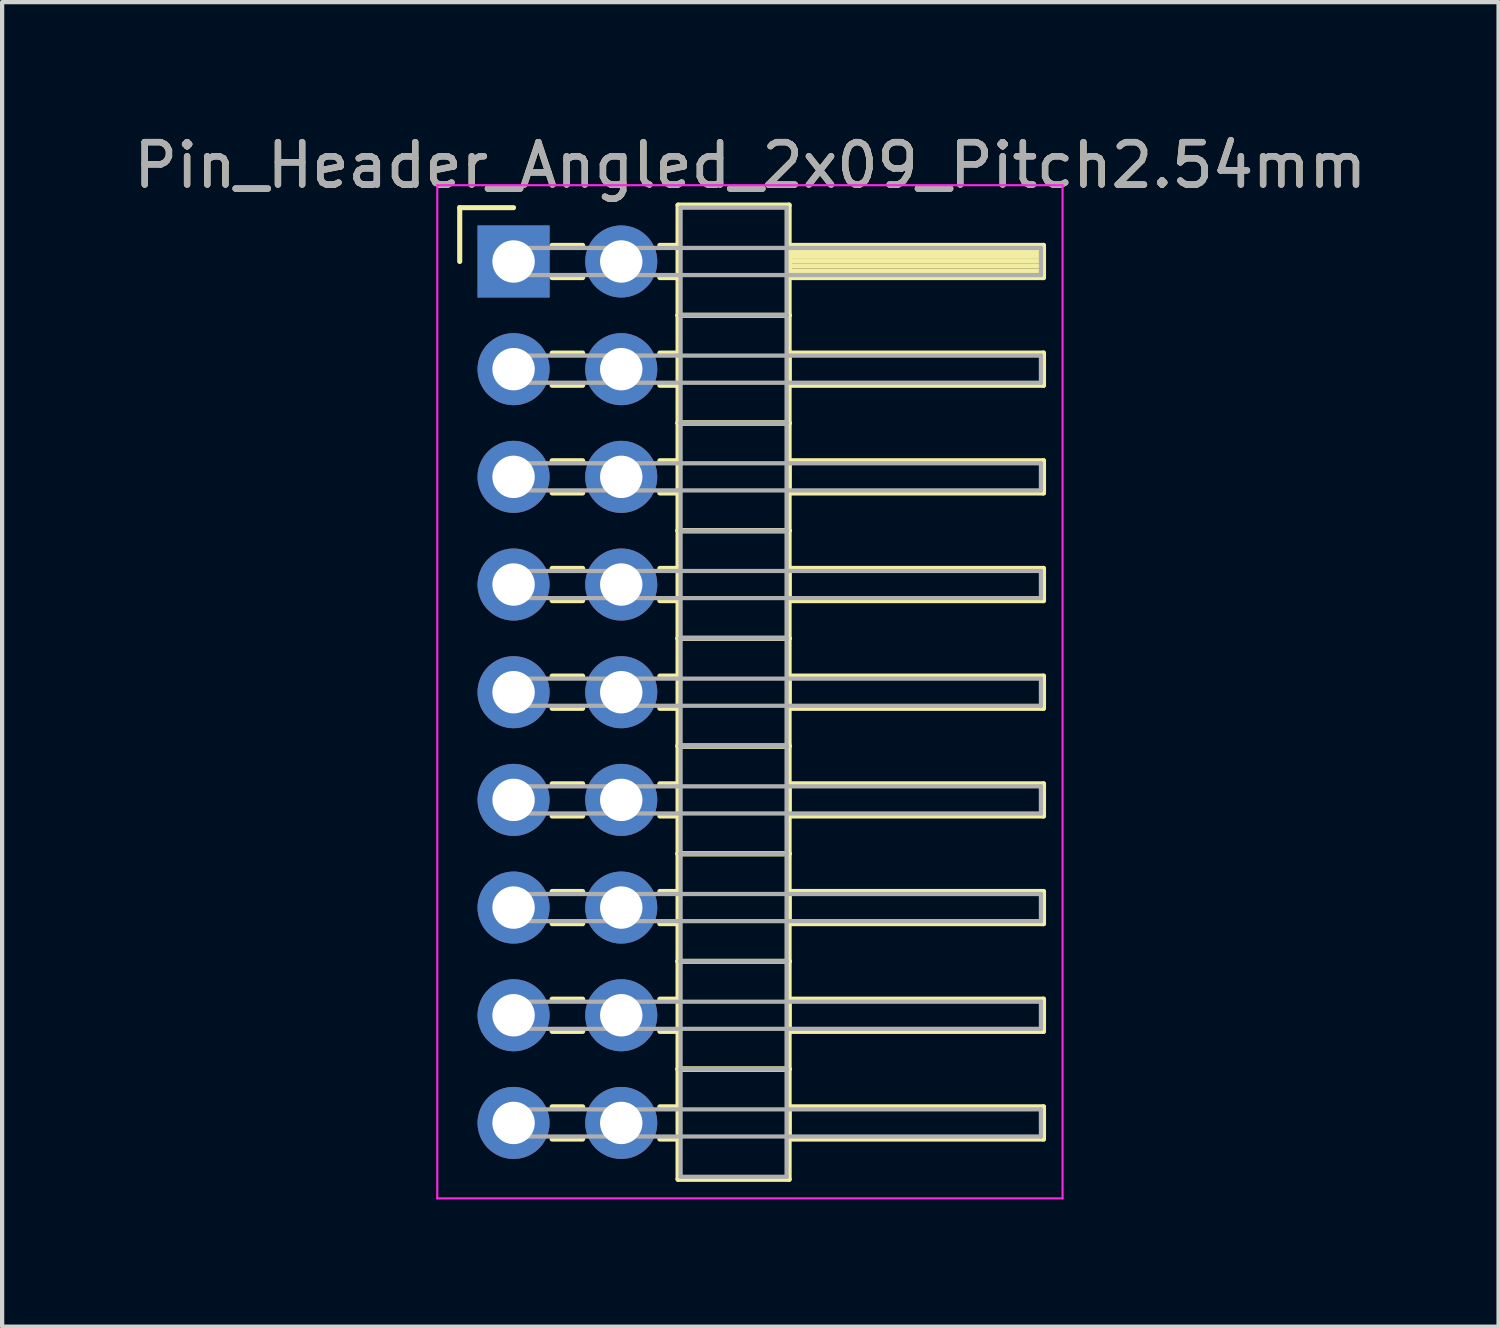
<source format=kicad_pcb>
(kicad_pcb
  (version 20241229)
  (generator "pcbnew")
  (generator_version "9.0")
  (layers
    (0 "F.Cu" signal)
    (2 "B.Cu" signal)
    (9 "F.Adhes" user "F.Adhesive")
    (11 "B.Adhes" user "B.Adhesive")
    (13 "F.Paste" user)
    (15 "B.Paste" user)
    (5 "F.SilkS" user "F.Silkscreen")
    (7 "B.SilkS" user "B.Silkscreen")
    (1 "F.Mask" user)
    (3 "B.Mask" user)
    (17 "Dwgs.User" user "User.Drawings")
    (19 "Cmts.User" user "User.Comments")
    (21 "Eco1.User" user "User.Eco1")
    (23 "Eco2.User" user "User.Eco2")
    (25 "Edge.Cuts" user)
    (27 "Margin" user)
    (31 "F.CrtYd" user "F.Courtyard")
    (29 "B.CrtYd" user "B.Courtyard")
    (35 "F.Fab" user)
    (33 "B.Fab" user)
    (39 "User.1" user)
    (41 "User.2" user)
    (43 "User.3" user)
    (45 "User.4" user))
  (footprint "Pin_Header_Angled_2x09_Pitch2.54mm"
    (layer "F.Cu")
    (at 9.064 3.118)
    (property "Reference" "Pin_Header_Angled_2x09_Pitch2.54mm" (at 5.585 -2.27 0) (layer "F.SilkS") (effects (font (size 1 1) (thickness 0.15))))
    (attr through_hole)
    (fp_line (start -1.27 -1.27) (end 0 -1.27) (stroke (width 0.12) (type solid)) (layer "F.SilkS"))
    (fp_line (start -1.27 0) (end -1.27 -1.27) (stroke (width 0.12) (type solid)) (layer "F.SilkS"))
    (fp_line (start 0.91 -0.38) (end 1.63 -0.38) (stroke (width 0.12) (type solid)) (layer "F.SilkS"))
    (fp_line (start 0.91 0.38) (end 1.63 0.38) (stroke (width 0.12) (type solid)) (layer "F.SilkS"))
    (fp_line (start 0.91 2.16) (end 1.63 2.16) (stroke (width 0.12) (type solid)) (layer "F.SilkS"))
    (fp_line (start 0.91 2.92) (end 1.63 2.92) (stroke (width 0.12) (type solid)) (layer "F.SilkS"))
    (fp_line (start 0.91 4.7) (end 1.63 4.7) (stroke (width 0.12) (type solid)) (layer "F.SilkS"))
    (fp_line (start 0.91 5.46) (end 1.63 5.46) (stroke (width 0.12) (type solid)) (layer "F.SilkS"))
    (fp_line (start 0.91 7.24) (end 1.63 7.24) (stroke (width 0.12) (type solid)) (layer "F.SilkS"))
    (fp_line (start 0.91 8) (end 1.63 8) (stroke (width 0.12) (type solid)) (layer "F.SilkS"))
    (fp_line (start 0.91 9.78) (end 1.63 9.78) (stroke (width 0.12) (type solid)) (layer "F.SilkS"))
    (fp_line (start 0.91 10.54) (end 1.63 10.54) (stroke (width 0.12) (type solid)) (layer "F.SilkS"))
    (fp_line (start 0.91 12.32) (end 1.63 12.32) (stroke (width 0.12) (type solid)) (layer "F.SilkS"))
    (fp_line (start 0.91 13.08) (end 1.63 13.08) (stroke (width 0.12) (type solid)) (layer "F.SilkS"))
    (fp_line (start 0.91 14.86) (end 1.63 14.86) (stroke (width 0.12) (type solid)) (layer "F.SilkS"))
    (fp_line (start 0.91 15.62) (end 1.63 15.62) (stroke (width 0.12) (type solid)) (layer "F.SilkS"))
    (fp_line (start 0.91 17.4) (end 1.63 17.4) (stroke (width 0.12) (type solid)) (layer "F.SilkS"))
    (fp_line (start 0.91 18.16) (end 1.63 18.16) (stroke (width 0.12) (type solid)) (layer "F.SilkS"))
    (fp_line (start 0.91 19.94) (end 1.63 19.94) (stroke (width 0.12) (type solid)) (layer "F.SilkS"))
    (fp_line (start 0.91 20.7) (end 1.63 20.7) (stroke (width 0.12) (type solid)) (layer "F.SilkS"))
    (fp_line (start 3.45 -0.38) (end 3.88 -0.38) (stroke (width 0.12) (type solid)) (layer "F.SilkS"))
    (fp_line (start 3.45 0.38) (end 3.88 0.38) (stroke (width 0.12) (type solid)) (layer "F.SilkS"))
    (fp_line (start 3.45 2.16) (end 3.88 2.16) (stroke (width 0.12) (type solid)) (layer "F.SilkS"))
    (fp_line (start 3.45 2.92) (end 3.88 2.92) (stroke (width 0.12) (type solid)) (layer "F.SilkS"))
    (fp_line (start 3.45 4.7) (end 3.88 4.7) (stroke (width 0.12) (type solid)) (layer "F.SilkS"))
    (fp_line (start 3.45 5.46) (end 3.88 5.46) (stroke (width 0.12) (type solid)) (layer "F.SilkS"))
    (fp_line (start 3.45 7.24) (end 3.88 7.24) (stroke (width 0.12) (type solid)) (layer "F.SilkS"))
    (fp_line (start 3.45 8) (end 3.88 8) (stroke (width 0.12) (type solid)) (layer "F.SilkS"))
    (fp_line (start 3.45 9.78) (end 3.88 9.78) (stroke (width 0.12) (type solid)) (layer "F.SilkS"))
    (fp_line (start 3.45 10.54) (end 3.88 10.54) (stroke (width 0.12) (type solid)) (layer "F.SilkS"))
    (fp_line (start 3.45 12.32) (end 3.88 12.32) (stroke (width 0.12) (type solid)) (layer "F.SilkS"))
    (fp_line (start 3.45 13.08) (end 3.88 13.08) (stroke (width 0.12) (type solid)) (layer "F.SilkS"))
    (fp_line (start 3.45 14.86) (end 3.88 14.86) (stroke (width 0.12) (type solid)) (layer "F.SilkS"))
    (fp_line (start 3.45 15.62) (end 3.88 15.62) (stroke (width 0.12) (type solid)) (layer "F.SilkS"))
    (fp_line (start 3.45 17.4) (end 3.88 17.4) (stroke (width 0.12) (type solid)) (layer "F.SilkS"))
    (fp_line (start 3.45 18.16) (end 3.88 18.16) (stroke (width 0.12) (type solid)) (layer "F.SilkS"))
    (fp_line (start 3.45 19.94) (end 3.88 19.94) (stroke (width 0.12) (type solid)) (layer "F.SilkS"))
    (fp_line (start 3.45 20.7) (end 3.88 20.7) (stroke (width 0.12) (type solid)) (layer "F.SilkS"))
    (fp_line (start 3.88 -1.33) (end 3.88 1.27) (stroke (width 0.12) (type solid)) (layer "F.SilkS"))
    (fp_line (start 3.88 1.27) (end 3.88 3.81) (stroke (width 0.12) (type solid)) (layer "F.SilkS"))
    (fp_line (start 3.88 1.27) (end 6.5 1.27) (stroke (width 0.12) (type solid)) (layer "F.SilkS"))
    (fp_line (start 3.88 3.81) (end 3.88 6.35) (stroke (width 0.12) (type solid)) (layer "F.SilkS"))
    (fp_line (start 3.88 3.81) (end 6.5 3.81) (stroke (width 0.12) (type solid)) (layer "F.SilkS"))
    (fp_line (start 3.88 6.35) (end 3.88 8.89) (stroke (width 0.12) (type solid)) (layer "F.SilkS"))
    (fp_line (start 3.88 6.35) (end 6.5 6.35) (stroke (width 0.12) (type solid)) (layer "F.SilkS"))
    (fp_line (start 3.88 8.89) (end 3.88 11.43) (stroke (width 0.12) (type solid)) (layer "F.SilkS"))
    (fp_line (start 3.88 8.89) (end 6.5 8.89) (stroke (width 0.12) (type solid)) (layer "F.SilkS"))
    (fp_line (start 3.88 11.43) (end 3.88 13.97) (stroke (width 0.12) (type solid)) (layer "F.SilkS"))
    (fp_line (start 3.88 11.43) (end 6.5 11.43) (stroke (width 0.12) (type solid)) (layer "F.SilkS"))
    (fp_line (start 3.88 13.97) (end 3.88 16.51) (stroke (width 0.12) (type solid)) (layer "F.SilkS"))
    (fp_line (start 3.88 13.97) (end 6.5 13.97) (stroke (width 0.12) (type solid)) (layer "F.SilkS"))
    (fp_line (start 3.88 16.51) (end 3.88 19.05) (stroke (width 0.12) (type solid)) (layer "F.SilkS"))
    (fp_line (start 3.88 16.51) (end 6.5 16.51) (stroke (width 0.12) (type solid)) (layer "F.SilkS"))
    (fp_line (start 3.88 19.05) (end 3.88 21.65) (stroke (width 0.12) (type solid)) (layer "F.SilkS"))
    (fp_line (start 3.88 19.05) (end 6.5 19.05) (stroke (width 0.12) (type solid)) (layer "F.SilkS"))
    (fp_line (start 3.88 21.65) (end 6.5 21.65) (stroke (width 0.12) (type solid)) (layer "F.SilkS"))
    (fp_line (start 6.5 -1.33) (end 3.88 -1.33) (stroke (width 0.12) (type solid)) (layer "F.SilkS"))
    (fp_line (start 6.5 -0.38) (end 6.5 0.38) (stroke (width 0.12) (type solid)) (layer "F.SilkS"))
    (fp_line (start 6.5 -0.26) (end 12.5 -0.26) (stroke (width 0.12) (type solid)) (layer "F.SilkS"))
    (fp_line (start 6.5 -0.14) (end 12.5 -0.14) (stroke (width 0.12) (type solid)) (layer "F.SilkS"))
    (fp_line (start 6.5 -0.02) (end 12.5 -0.02) (stroke (width 0.12) (type solid)) (layer "F.SilkS"))
    (fp_line (start 6.5 0.1) (end 12.5 0.1) (stroke (width 0.12) (type solid)) (layer "F.SilkS"))
    (fp_line (start 6.5 0.22) (end 12.5 0.22) (stroke (width 0.12) (type solid)) (layer "F.SilkS"))
    (fp_line (start 6.5 0.34) (end 12.5 0.34) (stroke (width 0.12) (type solid)) (layer "F.SilkS"))
    (fp_line (start 6.5 0.38) (end 12.5 0.38) (stroke (width 0.12) (type solid)) (layer "F.SilkS"))
    (fp_line (start 6.5 1.27) (end 3.88 1.27) (stroke (width 0.12) (type solid)) (layer "F.SilkS"))
    (fp_line (start 6.5 1.27) (end 6.5 -1.33) (stroke (width 0.12) (type solid)) (layer "F.SilkS"))
    (fp_line (start 6.5 2.16) (end 6.5 2.92) (stroke (width 0.12) (type solid)) (layer "F.SilkS"))
    (fp_line (start 6.5 2.92) (end 12.5 2.92) (stroke (width 0.12) (type solid)) (layer "F.SilkS"))
    (fp_line (start 6.5 3.81) (end 3.88 3.81) (stroke (width 0.12) (type solid)) (layer "F.SilkS"))
    (fp_line (start 6.5 3.81) (end 6.5 1.27) (stroke (width 0.12) (type solid)) (layer "F.SilkS"))
    (fp_line (start 6.5 4.7) (end 6.5 5.46) (stroke (width 0.12) (type solid)) (layer "F.SilkS"))
    (fp_line (start 6.5 5.46) (end 12.5 5.46) (stroke (width 0.12) (type solid)) (layer "F.SilkS"))
    (fp_line (start 6.5 6.35) (end 3.88 6.35) (stroke (width 0.12) (type solid)) (layer "F.SilkS"))
    (fp_line (start 6.5 6.35) (end 6.5 3.81) (stroke (width 0.12) (type solid)) (layer "F.SilkS"))
    (fp_line (start 6.5 7.24) (end 6.5 8) (stroke (width 0.12) (type solid)) (layer "F.SilkS"))
    (fp_line (start 6.5 8) (end 12.5 8) (stroke (width 0.12) (type solid)) (layer "F.SilkS"))
    (fp_line (start 6.5 8.89) (end 3.88 8.89) (stroke (width 0.12) (type solid)) (layer "F.SilkS"))
    (fp_line (start 6.5 8.89) (end 6.5 6.35) (stroke (width 0.12) (type solid)) (layer "F.SilkS"))
    (fp_line (start 6.5 9.78) (end 6.5 10.54) (stroke (width 0.12) (type solid)) (layer "F.SilkS"))
    (fp_line (start 6.5 10.54) (end 12.5 10.54) (stroke (width 0.12) (type solid)) (layer "F.SilkS"))
    (fp_line (start 6.5 11.43) (end 3.88 11.43) (stroke (width 0.12) (type solid)) (layer "F.SilkS"))
    (fp_line (start 6.5 11.43) (end 6.5 8.89) (stroke (width 0.12) (type solid)) (layer "F.SilkS"))
    (fp_line (start 6.5 12.32) (end 6.5 13.08) (stroke (width 0.12) (type solid)) (layer "F.SilkS"))
    (fp_line (start 6.5 13.08) (end 12.5 13.08) (stroke (width 0.12) (type solid)) (layer "F.SilkS"))
    (fp_line (start 6.5 13.97) (end 3.88 13.97) (stroke (width 0.12) (type solid)) (layer "F.SilkS"))
    (fp_line (start 6.5 13.97) (end 6.5 11.43) (stroke (width 0.12) (type solid)) (layer "F.SilkS"))
    (fp_line (start 6.5 14.86) (end 6.5 15.62) (stroke (width 0.12) (type solid)) (layer "F.SilkS"))
    (fp_line (start 6.5 15.62) (end 12.5 15.62) (stroke (width 0.12) (type solid)) (layer "F.SilkS"))
    (fp_line (start 6.5 16.51) (end 3.88 16.51) (stroke (width 0.12) (type solid)) (layer "F.SilkS"))
    (fp_line (start 6.5 16.51) (end 6.5 13.97) (stroke (width 0.12) (type solid)) (layer "F.SilkS"))
    (fp_line (start 6.5 17.4) (end 6.5 18.16) (stroke (width 0.12) (type solid)) (layer "F.SilkS"))
    (fp_line (start 6.5 18.16) (end 12.5 18.16) (stroke (width 0.12) (type solid)) (layer "F.SilkS"))
    (fp_line (start 6.5 19.05) (end 3.88 19.05) (stroke (width 0.12) (type solid)) (layer "F.SilkS"))
    (fp_line (start 6.5 19.05) (end 6.5 16.51) (stroke (width 0.12) (type solid)) (layer "F.SilkS"))
    (fp_line (start 6.5 19.94) (end 6.5 20.7) (stroke (width 0.12) (type solid)) (layer "F.SilkS"))
    (fp_line (start 6.5 20.7) (end 12.5 20.7) (stroke (width 0.12) (type solid)) (layer "F.SilkS"))
    (fp_line (start 6.5 21.65) (end 6.5 19.05) (stroke (width 0.12) (type solid)) (layer "F.SilkS"))
    (fp_line (start 12.5 -0.38) (end 6.5 -0.38) (stroke (width 0.12) (type solid)) (layer "F.SilkS"))
    (fp_line (start 12.5 0.38) (end 12.5 -0.38) (stroke (width 0.12) (type solid)) (layer "F.SilkS"))
    (fp_line (start 12.5 2.16) (end 6.5 2.16) (stroke (width 0.12) (type solid)) (layer "F.SilkS"))
    (fp_line (start 12.5 2.92) (end 12.5 2.16) (stroke (width 0.12) (type solid)) (layer "F.SilkS"))
    (fp_line (start 12.5 4.7) (end 6.5 4.7) (stroke (width 0.12) (type solid)) (layer "F.SilkS"))
    (fp_line (start 12.5 5.46) (end 12.5 4.7) (stroke (width 0.12) (type solid)) (layer "F.SilkS"))
    (fp_line (start 12.5 7.24) (end 6.5 7.24) (stroke (width 0.12) (type solid)) (layer "F.SilkS"))
    (fp_line (start 12.5 8) (end 12.5 7.24) (stroke (width 0.12) (type solid)) (layer "F.SilkS"))
    (fp_line (start 12.5 9.78) (end 6.5 9.78) (stroke (width 0.12) (type solid)) (layer "F.SilkS"))
    (fp_line (start 12.5 10.54) (end 12.5 9.78) (stroke (width 0.12) (type solid)) (layer "F.SilkS"))
    (fp_line (start 12.5 12.32) (end 6.5 12.32) (stroke (width 0.12) (type solid)) (layer "F.SilkS"))
    (fp_line (start 12.5 13.08) (end 12.5 12.32) (stroke (width 0.12) (type solid)) (layer "F.SilkS"))
    (fp_line (start 12.5 14.86) (end 6.5 14.86) (stroke (width 0.12) (type solid)) (layer "F.SilkS"))
    (fp_line (start 12.5 15.62) (end 12.5 14.86) (stroke (width 0.12) (type solid)) (layer "F.SilkS"))
    (fp_line (start 12.5 17.4) (end 6.5 17.4) (stroke (width 0.12) (type solid)) (layer "F.SilkS"))
    (fp_line (start 12.5 18.16) (end 12.5 17.4) (stroke (width 0.12) (type solid)) (layer "F.SilkS"))
    (fp_line (start 12.5 19.94) (end 6.5 19.94) (stroke (width 0.12) (type solid)) (layer "F.SilkS"))
    (fp_line (start 12.5 20.7) (end 12.5 19.94) (stroke (width 0.12) (type solid)) (layer "F.SilkS"))
    (fp_line (start -1.8 -1.8) (end -1.8 22.1) (stroke (width 0.05) (type solid)) (layer "F.CrtYd"))
    (fp_line (start -1.8 22.1) (end 12.95 22.1) (stroke (width 0.05) (type solid)) (layer "F.CrtYd"))
    (fp_line (start 12.95 -1.8) (end -1.8 -1.8) (stroke (width 0.05) (type solid)) (layer "F.CrtYd"))
    (fp_line (start 12.95 22.1) (end 12.95 -1.8) (stroke (width 0.05) (type solid)) (layer "F.CrtYd"))
    (fp_line (start 0 -0.32) (end 0 0.32) (stroke (width 0.1) (type solid)) (layer "F.Fab"))
    (fp_line (start 0 0.32) (end 12.44 0.32) (stroke (width 0.1) (type solid)) (layer "F.Fab"))
    (fp_line (start 0 2.22) (end 0 2.86) (stroke (width 0.1) (type solid)) (layer "F.Fab"))
    (fp_line (start 0 2.86) (end 12.44 2.86) (stroke (width 0.1) (type solid)) (layer "F.Fab"))
    (fp_line (start 0 4.76) (end 0 5.4) (stroke (width 0.1) (type solid)) (layer "F.Fab"))
    (fp_line (start 0 5.4) (end 12.44 5.4) (stroke (width 0.1) (type solid)) (layer "F.Fab"))
    (fp_line (start 0 7.3) (end 0 7.94) (stroke (width 0.1) (type solid)) (layer "F.Fab"))
    (fp_line (start 0 7.94) (end 12.44 7.94) (stroke (width 0.1) (type solid)) (layer "F.Fab"))
    (fp_line (start 0 9.84) (end 0 10.48) (stroke (width 0.1) (type solid)) (layer "F.Fab"))
    (fp_line (start 0 10.48) (end 12.44 10.48) (stroke (width 0.1) (type solid)) (layer "F.Fab"))
    (fp_line (start 0 12.38) (end 0 13.02) (stroke (width 0.1) (type solid)) (layer "F.Fab"))
    (fp_line (start 0 13.02) (end 12.44 13.02) (stroke (width 0.1) (type solid)) (layer "F.Fab"))
    (fp_line (start 0 14.92) (end 0 15.56) (stroke (width 0.1) (type solid)) (layer "F.Fab"))
    (fp_line (start 0 15.56) (end 12.44 15.56) (stroke (width 0.1) (type solid)) (layer "F.Fab"))
    (fp_line (start 0 17.46) (end 0 18.1) (stroke (width 0.1) (type solid)) (layer "F.Fab"))
    (fp_line (start 0 18.1) (end 12.44 18.1) (stroke (width 0.1) (type solid)) (layer "F.Fab"))
    (fp_line (start 0 20) (end 0 20.64) (stroke (width 0.1) (type solid)) (layer "F.Fab"))
    (fp_line (start 0 20.64) (end 12.44 20.64) (stroke (width 0.1) (type solid)) (layer "F.Fab"))
    (fp_line (start 3.94 -1.27) (end 3.94 1.27) (stroke (width 0.1) (type solid)) (layer "F.Fab"))
    (fp_line (start 3.94 1.27) (end 3.94 3.81) (stroke (width 0.1) (type solid)) (layer "F.Fab"))
    (fp_line (start 3.94 1.27) (end 6.44 1.27) (stroke (width 0.1) (type solid)) (layer "F.Fab"))
    (fp_line (start 3.94 3.81) (end 3.94 6.35) (stroke (width 0.1) (type solid)) (layer "F.Fab"))
    (fp_line (start 3.94 3.81) (end 6.44 3.81) (stroke (width 0.1) (type solid)) (layer "F.Fab"))
    (fp_line (start 3.94 6.35) (end 3.94 8.89) (stroke (width 0.1) (type solid)) (layer "F.Fab"))
    (fp_line (start 3.94 6.35) (end 6.44 6.35) (stroke (width 0.1) (type solid)) (layer "F.Fab"))
    (fp_line (start 3.94 8.89) (end 3.94 11.43) (stroke (width 0.1) (type solid)) (layer "F.Fab"))
    (fp_line (start 3.94 8.89) (end 6.44 8.89) (stroke (width 0.1) (type solid)) (layer "F.Fab"))
    (fp_line (start 3.94 11.43) (end 3.94 13.97) (stroke (width 0.1) (type solid)) (layer "F.Fab"))
    (fp_line (start 3.94 11.43) (end 6.44 11.43) (stroke (width 0.1) (type solid)) (layer "F.Fab"))
    (fp_line (start 3.94 13.97) (end 3.94 16.51) (stroke (width 0.1) (type solid)) (layer "F.Fab"))
    (fp_line (start 3.94 13.97) (end 6.44 13.97) (stroke (width 0.1) (type solid)) (layer "F.Fab"))
    (fp_line (start 3.94 16.51) (end 3.94 19.05) (stroke (width 0.1) (type solid)) (layer "F.Fab"))
    (fp_line (start 3.94 16.51) (end 6.44 16.51) (stroke (width 0.1) (type solid)) (layer "F.Fab"))
    (fp_line (start 3.94 19.05) (end 3.94 21.59) (stroke (width 0.1) (type solid)) (layer "F.Fab"))
    (fp_line (start 3.94 19.05) (end 6.44 19.05) (stroke (width 0.1) (type solid)) (layer "F.Fab"))
    (fp_line (start 3.94 21.59) (end 6.44 21.59) (stroke (width 0.1) (type solid)) (layer "F.Fab"))
    (fp_line (start 6.44 -1.27) (end 3.94 -1.27) (stroke (width 0.1) (type solid)) (layer "F.Fab"))
    (fp_line (start 6.44 1.27) (end 3.94 1.27) (stroke (width 0.1) (type solid)) (layer "F.Fab"))
    (fp_line (start 6.44 1.27) (end 6.44 -1.27) (stroke (width 0.1) (type solid)) (layer "F.Fab"))
    (fp_line (start 6.44 3.81) (end 3.94 3.81) (stroke (width 0.1) (type solid)) (layer "F.Fab"))
    (fp_line (start 6.44 3.81) (end 6.44 1.27) (stroke (width 0.1) (type solid)) (layer "F.Fab"))
    (fp_line (start 6.44 6.35) (end 3.94 6.35) (stroke (width 0.1) (type solid)) (layer "F.Fab"))
    (fp_line (start 6.44 6.35) (end 6.44 3.81) (stroke (width 0.1) (type solid)) (layer "F.Fab"))
    (fp_line (start 6.44 8.89) (end 3.94 8.89) (stroke (width 0.1) (type solid)) (layer "F.Fab"))
    (fp_line (start 6.44 8.89) (end 6.44 6.35) (stroke (width 0.1) (type solid)) (layer "F.Fab"))
    (fp_line (start 6.44 11.43) (end 3.94 11.43) (stroke (width 0.1) (type solid)) (layer "F.Fab"))
    (fp_line (start 6.44 11.43) (end 6.44 8.89) (stroke (width 0.1) (type solid)) (layer "F.Fab"))
    (fp_line (start 6.44 13.97) (end 3.94 13.97) (stroke (width 0.1) (type solid)) (layer "F.Fab"))
    (fp_line (start 6.44 13.97) (end 6.44 11.43) (stroke (width 0.1) (type solid)) (layer "F.Fab"))
    (fp_line (start 6.44 16.51) (end 3.94 16.51) (stroke (width 0.1) (type solid)) (layer "F.Fab"))
    (fp_line (start 6.44 16.51) (end 6.44 13.97) (stroke (width 0.1) (type solid)) (layer "F.Fab"))
    (fp_line (start 6.44 19.05) (end 3.94 19.05) (stroke (width 0.1) (type solid)) (layer "F.Fab"))
    (fp_line (start 6.44 19.05) (end 6.44 16.51) (stroke (width 0.1) (type solid)) (layer "F.Fab"))
    (fp_line (start 6.44 21.59) (end 6.44 19.05) (stroke (width 0.1) (type solid)) (layer "F.Fab"))
    (fp_line (start 12.44 -0.32) (end 0 -0.32) (stroke (width 0.1) (type solid)) (layer "F.Fab"))
    (fp_line (start 12.44 0.32) (end 12.44 -0.32) (stroke (width 0.1) (type solid)) (layer "F.Fab"))
    (fp_line (start 12.44 2.22) (end 0 2.22) (stroke (width 0.1) (type solid)) (layer "F.Fab"))
    (fp_line (start 12.44 2.86) (end 12.44 2.22) (stroke (width 0.1) (type solid)) (layer "F.Fab"))
    (fp_line (start 12.44 4.76) (end 0 4.76) (stroke (width 0.1) (type solid)) (layer "F.Fab"))
    (fp_line (start 12.44 5.4) (end 12.44 4.76) (stroke (width 0.1) (type solid)) (layer "F.Fab"))
    (fp_line (start 12.44 7.3) (end 0 7.3) (stroke (width 0.1) (type solid)) (layer "F.Fab"))
    (fp_line (start 12.44 7.94) (end 12.44 7.3) (stroke (width 0.1) (type solid)) (layer "F.Fab"))
    (fp_line (start 12.44 9.84) (end 0 9.84) (stroke (width 0.1) (type solid)) (layer "F.Fab"))
    (fp_line (start 12.44 10.48) (end 12.44 9.84) (stroke (width 0.1) (type solid)) (layer "F.Fab"))
    (fp_line (start 12.44 12.38) (end 0 12.38) (stroke (width 0.1) (type solid)) (layer "F.Fab"))
    (fp_line (start 12.44 13.02) (end 12.44 12.38) (stroke (width 0.1) (type solid)) (layer "F.Fab"))
    (fp_line (start 12.44 14.92) (end 0 14.92) (stroke (width 0.1) (type solid)) (layer "F.Fab"))
    (fp_line (start 12.44 15.56) (end 12.44 14.92) (stroke (width 0.1) (type solid)) (layer "F.Fab"))
    (fp_line (start 12.44 17.46) (end 0 17.46) (stroke (width 0.1) (type solid)) (layer "F.Fab"))
    (fp_line (start 12.44 18.1) (end 12.44 17.46) (stroke (width 0.1) (type solid)) (layer "F.Fab"))
    (fp_line (start 12.44 20) (end 0 20) (stroke (width 0.1) (type solid)) (layer "F.Fab"))
    (fp_line (start 12.44 20.64) (end 12.44 20) (stroke (width 0.1) (type solid)) (layer "F.Fab"))
    (fp_text user "${REFERENCE}" (at 5.585 -2.27 0) (layer "F.Fab") (effects (font (size 1 1) (thickness 0.15))))
    (pad "1" thru_hole rect (at 0 0) (size 1.7 1.7) (drill 1) (layers "*.Cu" "*.Mask"))
    (pad "2" thru_hole oval (at 2.54 0) (size 1.7 1.7) (drill 1) (layers "*.Cu" "*.Mask"))
    (pad "3" thru_hole oval (at 0 2.54) (size 1.7 1.7) (drill 1) (layers "*.Cu" "*.Mask"))
    (pad "4" thru_hole oval (at 2.54 2.54) (size 1.7 1.7) (drill 1) (layers "*.Cu" "*.Mask"))
    (pad "5" thru_hole oval (at 0 5.08) (size 1.7 1.7) (drill 1) (layers "*.Cu" "*.Mask"))
    (pad "6" thru_hole oval (at 2.54 5.08) (size 1.7 1.7) (drill 1) (layers "*.Cu" "*.Mask"))
    (pad "7" thru_hole oval (at 0 7.62) (size 1.7 1.7) (drill 1) (layers "*.Cu" "*.Mask"))
    (pad "8" thru_hole oval (at 2.54 7.62) (size 1.7 1.7) (drill 1) (layers "*.Cu" "*.Mask"))
    (pad "9" thru_hole oval (at 0 10.16) (size 1.7 1.7) (drill 1) (layers "*.Cu" "*.Mask"))
    (pad "10" thru_hole oval (at 2.54 10.16) (size 1.7 1.7) (drill 1) (layers "*.Cu" "*.Mask"))
    (pad "11" thru_hole oval (at 0 12.7) (size 1.7 1.7) (drill 1) (layers "*.Cu" "*.Mask"))
    (pad "12" thru_hole oval (at 2.54 12.7) (size 1.7 1.7) (drill 1) (layers "*.Cu" "*.Mask"))
    (pad "13" thru_hole oval (at 0 15.24) (size 1.7 1.7) (drill 1) (layers "*.Cu" "*.Mask"))
    (pad "14" thru_hole oval (at 2.54 15.24) (size 1.7 1.7) (drill 1) (layers "*.Cu" "*.Mask"))
    (pad "15" thru_hole oval (at 0 17.78) (size 1.7 1.7) (drill 1) (layers "*.Cu" "*.Mask"))
    (pad "16" thru_hole oval (at 2.54 17.78) (size 1.7 1.7) (drill 1) (layers "*.Cu" "*.Mask"))
    (pad "17" thru_hole oval (at 0 20.32) (size 1.7 1.7) (drill 1) (layers "*.Cu" "*.Mask"))
    (pad "18" thru_hole oval (at 2.54 20.32) (size 1.7 1.7) (drill 1) (layers "*.Cu" "*.Mask")))
  (gr_rect
    (start -3 -3)
    (end 32.298 28.243)
    (stroke (width 0.1) (type default))
    (fill no)
    (layer "Edge.Cuts")))
</source>
